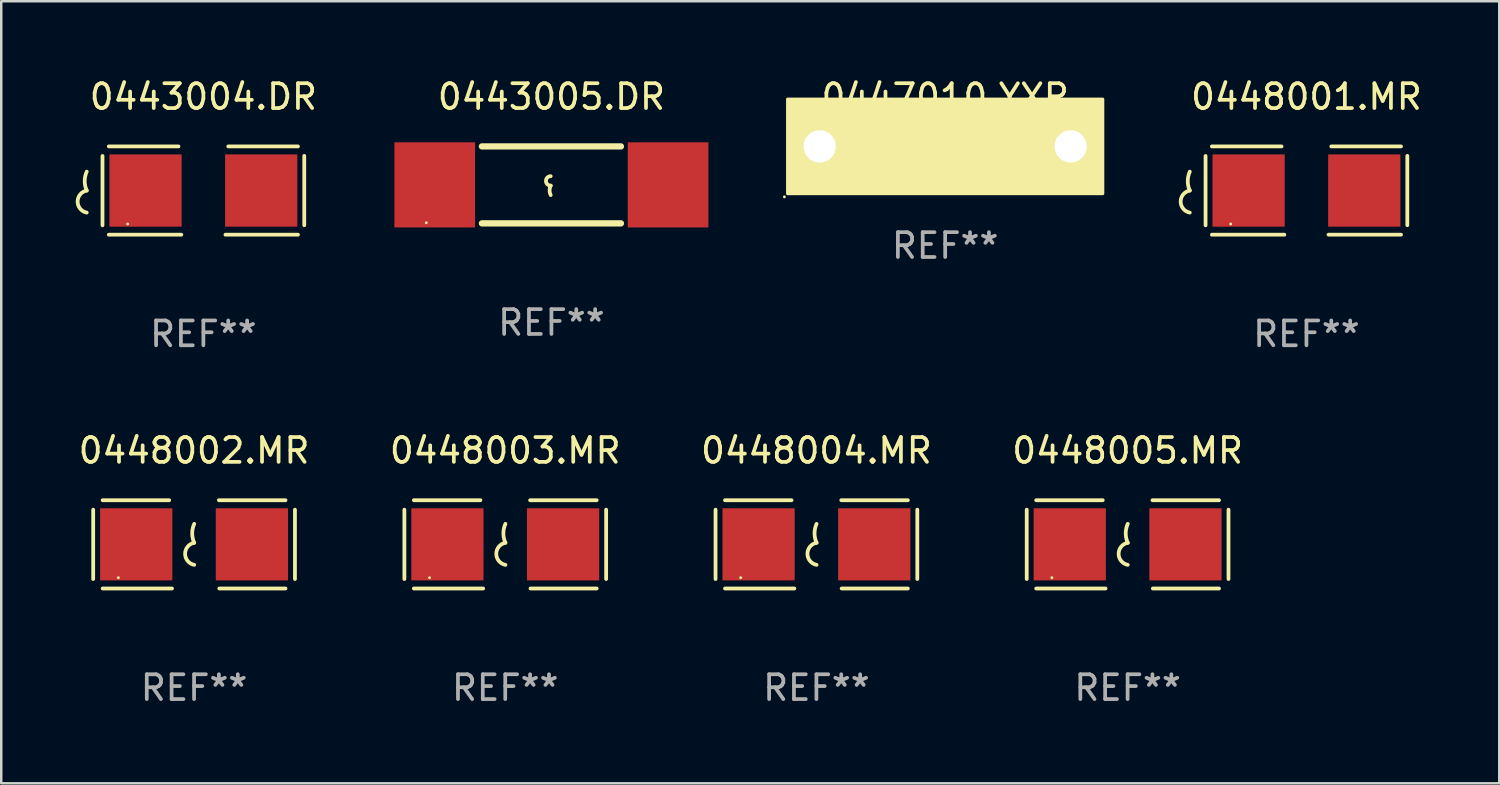
<source format=kicad_pcb>
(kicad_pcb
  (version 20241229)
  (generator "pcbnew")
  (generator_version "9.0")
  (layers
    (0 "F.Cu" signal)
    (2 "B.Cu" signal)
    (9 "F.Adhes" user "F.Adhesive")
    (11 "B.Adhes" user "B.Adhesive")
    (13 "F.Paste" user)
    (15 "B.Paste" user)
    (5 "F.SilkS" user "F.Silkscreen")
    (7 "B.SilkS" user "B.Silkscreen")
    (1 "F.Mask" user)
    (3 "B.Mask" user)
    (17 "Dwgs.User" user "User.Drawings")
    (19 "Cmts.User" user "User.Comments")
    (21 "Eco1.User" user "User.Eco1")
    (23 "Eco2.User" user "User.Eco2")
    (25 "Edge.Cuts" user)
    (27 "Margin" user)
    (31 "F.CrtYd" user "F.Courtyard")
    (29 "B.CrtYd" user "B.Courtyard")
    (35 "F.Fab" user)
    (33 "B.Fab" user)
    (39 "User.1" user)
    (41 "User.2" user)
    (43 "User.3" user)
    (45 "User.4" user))
  (footprint "0443004.DR"
    (layer "F.Cu")
    (at 5.143 4.626)
    (property "Reference" "0443004.DR" (at 0 -3.778 0) (layer "F.SilkS") (effects (font (size 1 1) (thickness 0.15))))
    (attr through_hole)
    (fp_line (start -4.064 -1.393) (end -4.064 1.401) (stroke (width 0.152) (type solid)) (layer "F.SilkS"))
    (fp_line (start -3.81 -1.778) (end -1.002 -1.778) (stroke (width 0.152) (type solid)) (layer "F.SilkS"))
    (fp_line (start -0.889 1.778) (end -3.81 1.778) (stroke (width 0.152) (type solid)) (layer "F.SilkS"))
    (fp_line (start 0.889 1.778) (end 3.81 1.778) (stroke (width 0.152) (type solid)) (layer "F.SilkS"))
    (fp_line (start 3.81 -1.778) (end 1.002 -1.778) (stroke (width 0.152) (type solid)) (layer "F.SilkS"))
    (fp_line (start 4.064 -1.397) (end 4.064 1.397) (stroke (width 0.152) (type solid)) (layer "F.SilkS"))
    (fp_arc (start -4.699009 0) (mid -4.780645 -0.381001) (end -4.699009 -0.762002) (stroke (width 0.151994) (type solid)) (layer "F.SilkS"))
    (fp_arc (start -4.699009 0.889002) (mid -5.066697 0.444501) (end -4.699009 0) (stroke (width 0.151994) (type solid)) (layer "F.SilkS"))
    (fp_circle (center -3.05 1.347) (end -3.02 1.347) (stroke (width 0.06) (type solid)) (fill no) (layer "F.SilkS"))
    (fp_text user "REF**" (at 0 5.778 0) (layer "F.Fab") (effects (font (size 1 1) (thickness 0.15))))
    (pad "1" smd rect (at -2.33 0) (size 2.91 2.911) (layers "F.Cu" "F.Mask" "F.Paste"))
    (pad "2" smd rect (at 2.33 0) (size 2.91 2.911) (layers "F.Cu" "F.Mask" "F.Paste")))
  (footprint "0448002.MR"
    (layer "F.Cu")
    (at 4.768 18.879)
    (property "Reference" "0448002.MR" (at 0 -3.778 0) (layer "F.SilkS") (effects (font (size 1 1) (thickness 0.15))))
    (attr through_hole)
    (fp_line (start -4.064 -1.397) (end -4.064 1.397) (stroke (width 0.152) (type solid)) (layer "F.SilkS"))
    (fp_line (start -3.683 -1.778) (end -1.002 -1.778) (stroke (width 0.152) (type solid)) (layer "F.SilkS"))
    (fp_line (start -0.889 1.778) (end -3.683 1.778) (stroke (width 0.152) (type solid)) (layer "F.SilkS"))
    (fp_line (start 1.016 1.778) (end 3.683 1.778) (stroke (width 0.152) (type solid)) (layer "F.SilkS"))
    (fp_line (start 3.683 -1.778) (end 1.001 -1.778) (stroke (width 0.152) (type solid)) (layer "F.SilkS"))
    (fp_line (start 4.064 -1.397) (end 4.064 1.397) (stroke (width 0.152) (type solid)) (layer "F.SilkS"))
    (fp_arc (start 0.006045 -0.0635) (mid -0.075591 -0.444501) (end 0.006045 -0.825502) (stroke (width 0.151994) (type solid)) (layer "F.SilkS"))
    (fp_arc (start 0.006045 0.825502) (mid -0.361643 0.381001) (end 0.006045 -0.0635) (stroke (width 0.151994) (type solid)) (layer "F.SilkS"))
    (fp_circle (center -3.05 1.345) (end -3.02 1.345) (stroke (width 0.06) (type solid)) (fill no) (layer "F.SilkS"))
    (fp_text user "REF**" (at 0 5.778 0) (layer "F.Fab") (effects (font (size 1 1) (thickness 0.15))))
    (pad "1" smd rect (at -2.33 0) (size 2.91 2.905) (layers "F.Cu" "F.Mask" "F.Paste"))
    (pad "2" smd rect (at 2.33 0) (size 2.91 2.905) (layers "F.Cu" "F.Mask" "F.Paste")))
  (footprint "0448001.MR"
    (layer "F.Cu")
    (at 49.579 4.626)
    (property "Reference" "0448001.MR" (at 0 -3.778 0) (layer "F.SilkS") (effects (font (size 1 1) (thickness 0.15))))
    (attr through_hole)
    (fp_line (start -4.064 -1.393) (end -4.064 1.401) (stroke (width 0.152) (type solid)) (layer "F.SilkS"))
    (fp_line (start -3.81 -1.778) (end -1.002 -1.778) (stroke (width 0.152) (type solid)) (layer "F.SilkS"))
    (fp_line (start -0.889 1.778) (end -3.81 1.778) (stroke (width 0.152) (type solid)) (layer "F.SilkS"))
    (fp_line (start 0.889 1.778) (end 3.81 1.778) (stroke (width 0.152) (type solid)) (layer "F.SilkS"))
    (fp_line (start 3.81 -1.778) (end 1.002 -1.778) (stroke (width 0.152) (type solid)) (layer "F.SilkS"))
    (fp_line (start 4.064 -1.397) (end 4.064 1.397) (stroke (width 0.152) (type solid)) (layer "F.SilkS"))
    (fp_arc (start -4.699009 0) (mid -4.780645 -0.381001) (end -4.699009 -0.762002) (stroke (width 0.151994) (type solid)) (layer "F.SilkS"))
    (fp_arc (start -4.699009 0.889002) (mid -5.066697 0.444501) (end -4.699009 0) (stroke (width 0.151994) (type solid)) (layer "F.SilkS"))
    (fp_circle (center -3.05 1.347) (end -3.02 1.347) (stroke (width 0.06) (type solid)) (fill no) (layer "F.SilkS"))
    (fp_text user "REF**" (at 0 5.778 0) (layer "F.Fab") (effects (font (size 1 1) (thickness 0.15))))
    (pad "1" smd rect (at -2.33 0) (size 2.91 2.911) (layers "F.Cu" "F.Mask" "F.Paste"))
    (pad "2" smd rect (at 2.33 0) (size 2.91 2.911) (layers "F.Cu" "F.Mask" "F.Paste")))
  (footprint "0448004.MR"
    (layer "F.Cu")
    (at 29.839 18.879)
    (property "Reference" "0448004.MR" (at 0 -3.778 0) (layer "F.SilkS") (effects (font (size 1 1) (thickness 0.15))))
    (attr through_hole)
    (fp_line (start -4.064 -1.397) (end -4.064 1.397) (stroke (width 0.152) (type solid)) (layer "F.SilkS"))
    (fp_line (start -3.683 -1.778) (end -1.002 -1.778) (stroke (width 0.152) (type solid)) (layer "F.SilkS"))
    (fp_line (start -0.889 1.778) (end -3.683 1.778) (stroke (width 0.152) (type solid)) (layer "F.SilkS"))
    (fp_line (start 1.016 1.778) (end 3.683 1.778) (stroke (width 0.152) (type solid)) (layer "F.SilkS"))
    (fp_line (start 3.683 -1.778) (end 1.001 -1.778) (stroke (width 0.152) (type solid)) (layer "F.SilkS"))
    (fp_line (start 4.064 -1.397) (end 4.064 1.397) (stroke (width 0.152) (type solid)) (layer "F.SilkS"))
    (fp_arc (start 0.006045 -0.0635) (mid -0.075591 -0.444501) (end 0.006045 -0.825502) (stroke (width 0.151994) (type solid)) (layer "F.SilkS"))
    (fp_arc (start 0.006045 0.825502) (mid -0.361643 0.381001) (end 0.006045 -0.0635) (stroke (width 0.151994) (type solid)) (layer "F.SilkS"))
    (fp_circle (center -3.05 1.345) (end -3.02 1.345) (stroke (width 0.06) (type solid)) (fill no) (layer "F.SilkS"))
    (fp_text user "REF**" (at 0 5.778 0) (layer "F.Fab") (effects (font (size 1 1) (thickness 0.15))))
    (pad "1" smd rect (at -2.33 0) (size 2.91 2.905) (layers "F.Cu" "F.Mask" "F.Paste"))
    (pad "2" smd rect (at 2.33 0) (size 2.91 2.905) (layers "F.Cu" "F.Mask" "F.Paste")))
  (footprint "0448003.MR"
    (layer "F.Cu")
    (at 17.304 18.879)
    (property "Reference" "0448003.MR" (at 0 -3.778 0) (layer "F.SilkS") (effects (font (size 1 1) (thickness 0.15))))
    (attr through_hole)
    (fp_line (start -4.064 -1.397) (end -4.064 1.397) (stroke (width 0.152) (type solid)) (layer "F.SilkS"))
    (fp_line (start -3.683 -1.778) (end -1.002 -1.778) (stroke (width 0.152) (type solid)) (layer "F.SilkS"))
    (fp_line (start -0.889 1.778) (end -3.683 1.778) (stroke (width 0.152) (type solid)) (layer "F.SilkS"))
    (fp_line (start 1.016 1.778) (end 3.683 1.778) (stroke (width 0.152) (type solid)) (layer "F.SilkS"))
    (fp_line (start 3.683 -1.778) (end 1.001 -1.778) (stroke (width 0.152) (type solid)) (layer "F.SilkS"))
    (fp_line (start 4.064 -1.397) (end 4.064 1.397) (stroke (width 0.152) (type solid)) (layer "F.SilkS"))
    (fp_arc (start 0.006045 -0.0635) (mid -0.075591 -0.444501) (end 0.006045 -0.825502) (stroke (width 0.151994) (type solid)) (layer "F.SilkS"))
    (fp_arc (start 0.006045 0.825502) (mid -0.361643 0.381001) (end 0.006045 -0.0635) (stroke (width 0.151994) (type solid)) (layer "F.SilkS"))
    (fp_circle (center -3.05 1.345) (end -3.02 1.345) (stroke (width 0.06) (type solid)) (fill no) (layer "F.SilkS"))
    (fp_text user "REF**" (at 0 5.778 0) (layer "F.Fab") (effects (font (size 1 1) (thickness 0.15))))
    (pad "1" smd rect (at -2.33 0) (size 2.91 2.905) (layers "F.Cu" "F.Mask" "F.Paste"))
    (pad "2" smd rect (at 2.33 0) (size 2.91 2.905) (layers "F.Cu" "F.Mask" "F.Paste")))
  (footprint "0443005.DR"
    (layer "F.Cu")
    (at 19.164 4.398)
    (property "Reference" "0443005.DR" (at 0 -3.55 0) (layer "F.SilkS") (effects (font (size 1 1) (thickness 0.15))))
    (attr through_hole)
    (fp_line (start -2.8 -1.55) (end 2.8 -1.55) (stroke (width 0.254) (type solid)) (layer "F.SilkS"))
    (fp_line (start -2.8 1.55) (end 2.8 1.55) (stroke (width 0.254) (type solid)) (layer "F.SilkS"))
    (fp_arc (start -0.029896 0.030074) (mid -0.220397 -0.160427) (end -0.029896 -0.350928) (stroke (width 0.151994) (type solid)) (layer "F.SilkS"))
    (fp_arc (start -0.029896 0.411075) (mid -0.074867 0.220574) (end -0.029896 0.030074) (stroke (width 0.151994) (type solid)) (layer "F.SilkS"))
    (fp_circle (center -5.04 1.525) (end -5.01 1.525) (stroke (width 0.06) (type solid)) (fill no) (layer "F.SilkS"))
    (fp_text user "REF**" (at 0 5.55 0) (layer "F.Fab") (effects (font (size 1 1) (thickness 0.15))))
    (pad "1" smd rect (at -4.7 0) (size 3.25 3.43) (layers "F.Cu" "F.Mask" "F.Paste"))
    (pad "2" smd rect (at 4.7 0) (size 3.25 3.43) (layers "F.Cu" "F.Mask" "F.Paste")))
  (footprint "0448005.MR"
    (layer "F.Cu")
    (at 42.375 18.879)
    (property "Reference" "0448005.MR" (at 0 -3.778 0) (layer "F.SilkS") (effects (font (size 1 1) (thickness 0.15))))
    (attr through_hole)
    (fp_line (start -4.064 -1.397) (end -4.064 1.397) (stroke (width 0.152) (type solid)) (layer "F.SilkS"))
    (fp_line (start -3.683 -1.778) (end -1.002 -1.778) (stroke (width 0.152) (type solid)) (layer "F.SilkS"))
    (fp_line (start -0.889 1.778) (end -3.683 1.778) (stroke (width 0.152) (type solid)) (layer "F.SilkS"))
    (fp_line (start 1.016 1.778) (end 3.683 1.778) (stroke (width 0.152) (type solid)) (layer "F.SilkS"))
    (fp_line (start 3.683 -1.778) (end 1.001 -1.778) (stroke (width 0.152) (type solid)) (layer "F.SilkS"))
    (fp_line (start 4.064 -1.397) (end 4.064 1.397) (stroke (width 0.152) (type solid)) (layer "F.SilkS"))
    (fp_arc (start 0.006045 -0.0635) (mid -0.075591 -0.444501) (end 0.006045 -0.825502) (stroke (width 0.151994) (type solid)) (layer "F.SilkS"))
    (fp_arc (start 0.006045 0.825502) (mid -0.361643 0.381001) (end 0.006045 -0.0635) (stroke (width 0.151994) (type solid)) (layer "F.SilkS"))
    (fp_circle (center -3.05 1.345) (end -3.02 1.345) (stroke (width 0.06) (type solid)) (fill no) (layer "F.SilkS"))
    (fp_text user "REF**" (at 0 5.778 0) (layer "F.Fab") (effects (font (size 1 1) (thickness 0.15))))
    (pad "1" smd rect (at -2.33 0) (size 2.91 2.905) (layers "F.Cu" "F.Mask" "F.Paste"))
    (pad "2" smd rect (at 2.33 0) (size 2.91 2.905) (layers "F.Cu" "F.Mask" "F.Paste")))
  (footprint "0447010.YXP"
    (layer "F.Cu")
    (at 35.026 2.848)
    (property "Reference" "0447010.YXP" (at 0 -2 0) (layer "F.SilkS") (effects (font (size 1 1) (thickness 0.15))))
    (attr through_hole)
    (fp_line (start -3.81 -0.000127) (end -3.048 -0.000127) (stroke (width 0.254) (type solid)) (layer "F.SilkS"))
    (fp_line (start 3.048 0.000127) (end 3.81 0.000127) (stroke (width 0.254) (type solid)) (layer "F.SilkS"))
    (fp_arc (start -3.047981 -0.000127) (mid -1.523978 -1.52413) (end 0.000025 -0.000127) (stroke (width 0.254001) (type solid)) (layer "F.SilkS"))
    (fp_arc (start 0 0.000127) (mid 1.524003 -0.359641) (end 3.048006 0.000127) (stroke (width 0.254001) (type solid)) (layer "F.SilkS"))
    (fp_circle (center -6.477 2.032) (end -6.447 2.032) (stroke (width 0.06) (type solid)) (fill no) (layer "F.SilkS"))
    (fp_poly (pts (xy -6.35 -1.905) (xy 6.35 -1.905) (xy 6.35 1.905) (xy -6.35 1.905)) (stroke (width 0.12) (type solid)) (fill yes) (layer "F.SilkS"))
    (fp_text user "REF**" (at 0 4 0) (layer "F.Fab") (effects (font (size 1 1) (thickness 0.15))))
    (pad "1" thru_hole circle (at -5.055 -0.000127) (size 2 2) (drill 1.3) (layers "*.Cu" "*.Mask"))
    (pad "2" thru_hole circle (at 5.055 -0.000127) (size 2 2) (drill 1.3) (layers "*.Cu" "*.Mask")))
  (gr_rect
    (start -3 -3)
    (end 57.347 28.505)
    (stroke (width 0.1) (type default))
    (fill no)
    (layer "Edge.Cuts")))
</source>
